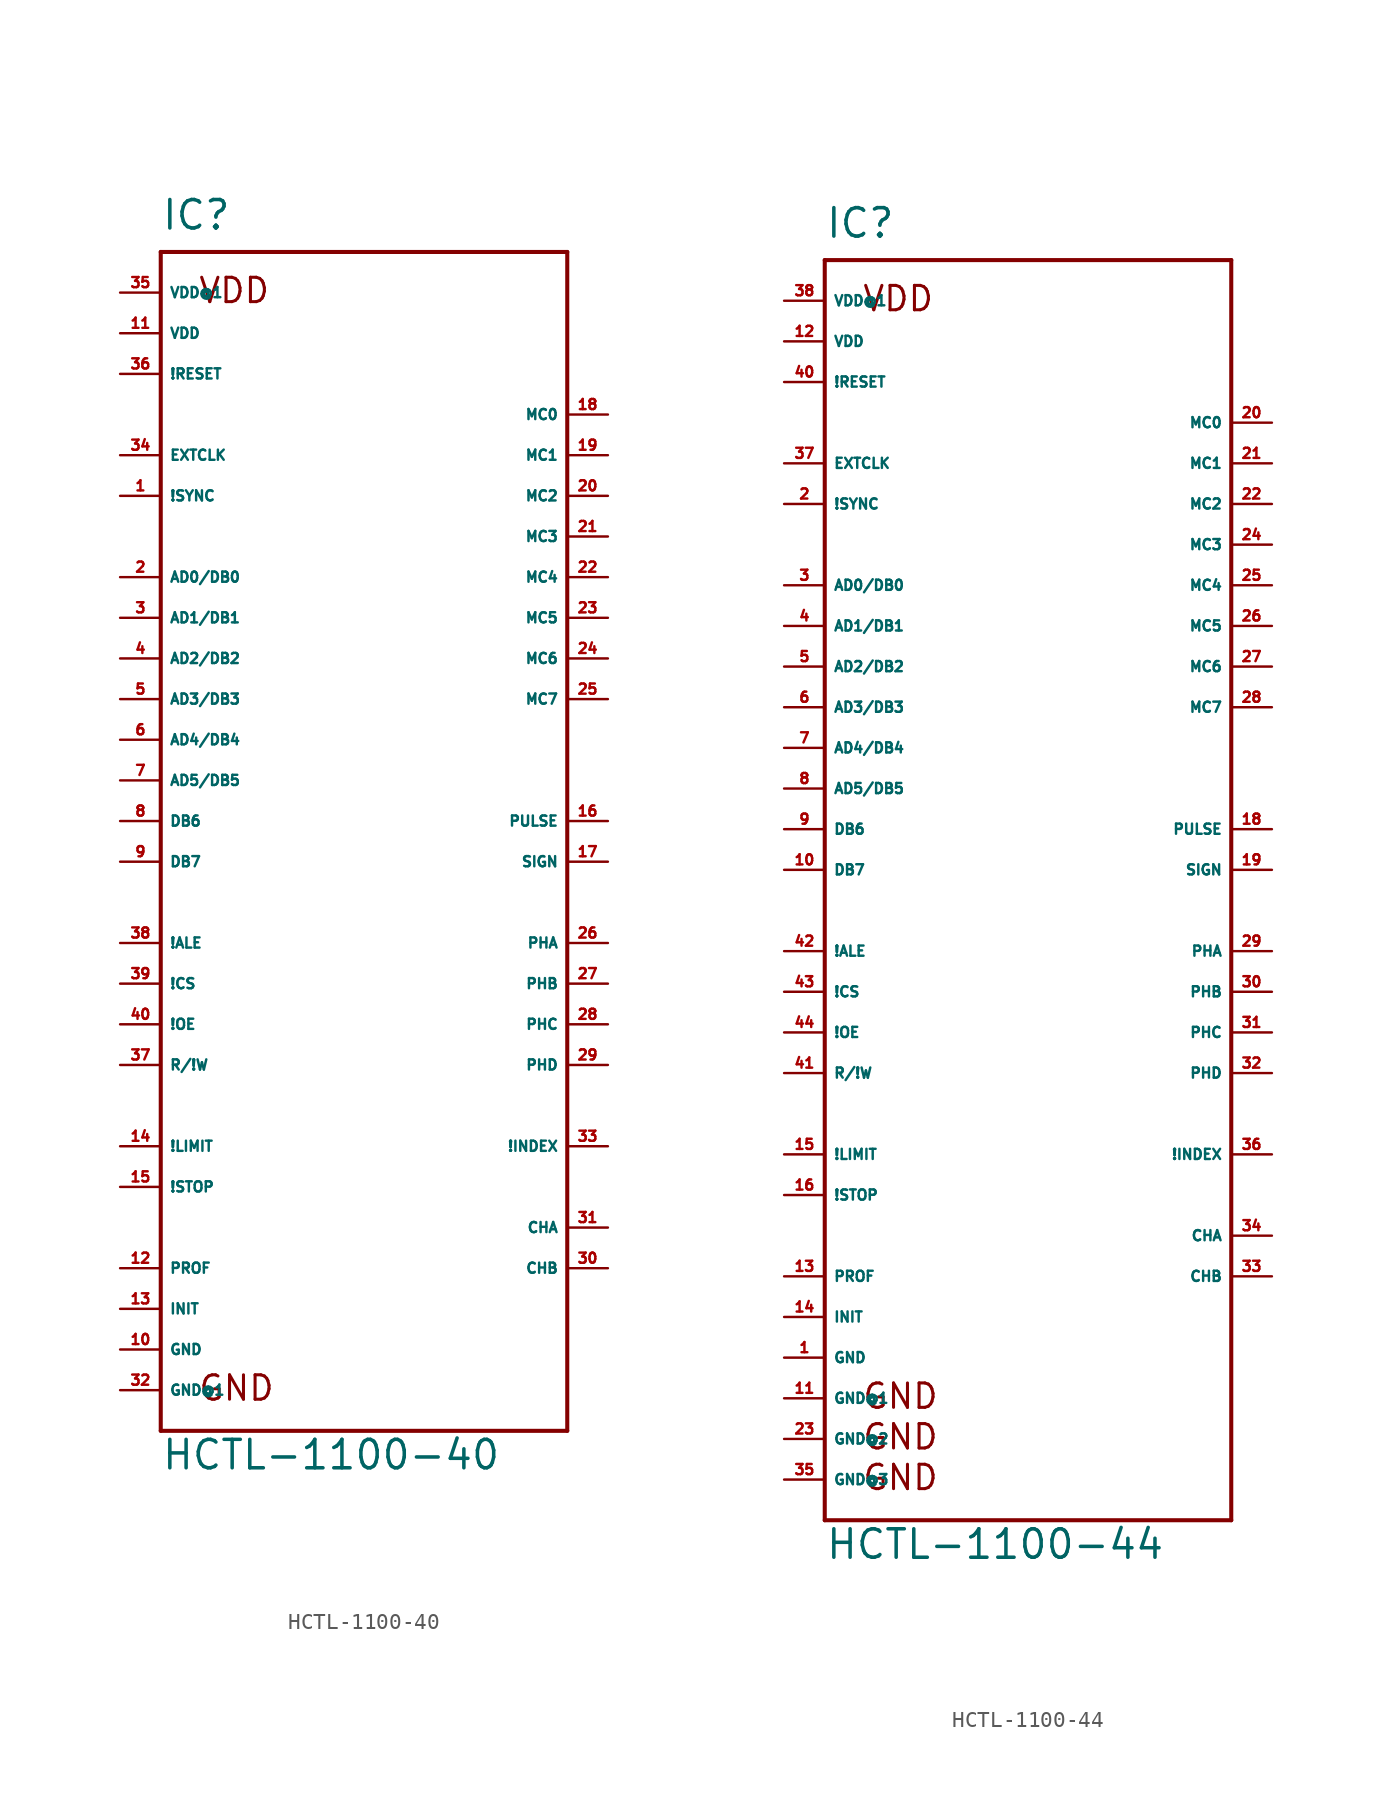
<source format=kicad_sym>
(kicad_symbol_lib
  (version 20220914)
  (generator Eagle2Kicad)
  (symbol "HCTL-1100-40"
    (property "Reference" "IC"
      (at -12.7 36.83 0)
      (effects (font (size 1.778 1.778) (thickness 0.22)) (justify left bottom)))
    (property "Value" "HCTL-1100-40"
      (at -12.7 -40.64 0)
      (effects (font (size 1.778 1.778) (thickness 0.22)) (justify left bottom)))
    (polyline
      (pts (xy -12.7 35.56) (xy 12.7 35.56))
      (stroke (width 0.254) (type default))
      (fill (type none)))
    (polyline
      (pts (xy 12.7 35.56) (xy 12.7 -38.1))
      (stroke (width 0.254) (type default))
      (fill (type none)))
    (polyline
      (pts (xy 12.7 -38.1) (xy -12.7 -38.1))
      (stroke (width 0.254) (type default))
      (fill (type none)))
    (polyline
      (pts (xy -12.7 -38.1) (xy -12.7 35.56))
      (stroke (width 0.254) (type default))
      (fill (type none)))
    (text "GND"
      (at -10.414 -36.322 0)
      (effects (font (size 1.524 1.524) (thickness 0.19)) (justify left bottom)))
    (text "VDD"
      (at -10.414 32.258 0)
      (effects (font (size 1.524 1.524) (thickness 0.19)) (justify left bottom)))
    (pin input line
      (at -15.24 -20.32 0)
      (length 2.54)
      (name "!LIMIT" (effects (font (size 0.635 0.635) (thickness 0.08)) (justify left bottom)))
      (number "14" (effects (font (size 0.635 0.635) (thickness 0.08)) (justify left bottom))))
    (pin input line
      (at -15.24 -22.86 0)
      (length 2.54)
      (name "!STOP" (effects (font (size 0.635 0.635) (thickness 0.08)) (justify left bottom)))
      (number "15" (effects (font (size 0.635 0.635) (thickness 0.08)) (justify left bottom))))
    (pin input line
      (at -15.24 27.94 0)
      (length 2.54)
      (name "!RESET" (effects (font (size 0.635 0.635) (thickness 0.08)) (justify left bottom)))
      (number "36" (effects (font (size 0.635 0.635) (thickness 0.08)) (justify left bottom))))
    (pin input line
      (at -15.24 20.32 0)
      (length 2.54)
      (name "!SYNC" (effects (font (size 0.635 0.635) (thickness 0.08)) (justify left bottom)))
      (number "1" (effects (font (size 0.635 0.635) (thickness 0.08)) (justify left bottom))))
    (pin input line
      (at -15.24 22.86 0)
      (length 2.54)
      (name "EXTCLK" (effects (font (size 0.635 0.635) (thickness 0.08)) (justify left bottom)))
      (number "34" (effects (font (size 0.635 0.635) (thickness 0.08)) (justify left bottom))))
    (pin bidirectional line
      (at -15.24 15.24 0)
      (length 2.54)
      (name "AD0/DB0" (effects (font (size 0.635 0.635) (thickness 0.08)) (justify left bottom)))
      (number "2" (effects (font (size 0.635 0.635) (thickness 0.08)) (justify left bottom))))
    (pin bidirectional line
      (at -15.24 12.7 0)
      (length 2.54)
      (name "AD1/DB1" (effects (font (size 0.635 0.635) (thickness 0.08)) (justify left bottom)))
      (number "3" (effects (font (size 0.635 0.635) (thickness 0.08)) (justify left bottom))))
    (pin bidirectional line
      (at -15.24 10.16 0)
      (length 2.54)
      (name "AD2/DB2" (effects (font (size 0.635 0.635) (thickness 0.08)) (justify left bottom)))
      (number "4" (effects (font (size 0.635 0.635) (thickness 0.08)) (justify left bottom))))
    (pin bidirectional line
      (at -15.24 7.62 0)
      (length 2.54)
      (name "AD3/DB3" (effects (font (size 0.635 0.635) (thickness 0.08)) (justify left bottom)))
      (number "5" (effects (font (size 0.635 0.635) (thickness 0.08)) (justify left bottom))))
    (pin bidirectional line
      (at -15.24 5.08 0)
      (length 2.54)
      (name "AD4/DB4" (effects (font (size 0.635 0.635) (thickness 0.08)) (justify left bottom)))
      (number "6" (effects (font (size 0.635 0.635) (thickness 0.08)) (justify left bottom))))
    (pin bidirectional line
      (at -15.24 2.54 0)
      (length 2.54)
      (name "AD5/DB5" (effects (font (size 0.635 0.635) (thickness 0.08)) (justify left bottom)))
      (number "7" (effects (font (size 0.635 0.635) (thickness 0.08)) (justify left bottom))))
    (pin bidirectional line
      (at -15.24 0 0)
      (length 2.54)
      (name "DB6" (effects (font (size 0.635 0.635) (thickness 0.08)) (justify left bottom)))
      (number "8" (effects (font (size 0.635 0.635) (thickness 0.08)) (justify left bottom))))
    (pin bidirectional line
      (at -15.24 -2.54 0)
      (length 2.54)
      (name "DB7" (effects (font (size 0.635 0.635) (thickness 0.08)) (justify left bottom)))
      (number "9" (effects (font (size 0.635 0.635) (thickness 0.08)) (justify left bottom))))
    (pin input line
      (at -15.24 -7.62 0)
      (length 2.54)
      (name "!ALE" (effects (font (size 0.635 0.635) (thickness 0.08)) (justify left bottom)))
      (number "38" (effects (font (size 0.635 0.635) (thickness 0.08)) (justify left bottom))))
    (pin input line
      (at -15.24 -10.16 0)
      (length 2.54)
      (name "!CS" (effects (font (size 0.635 0.635) (thickness 0.08)) (justify left bottom)))
      (number "39" (effects (font (size 0.635 0.635) (thickness 0.08)) (justify left bottom))))
    (pin input line
      (at -15.24 -12.7 0)
      (length 2.54)
      (name "!OE" (effects (font (size 0.635 0.635) (thickness 0.08)) (justify left bottom)))
      (number "40" (effects (font (size 0.635 0.635) (thickness 0.08)) (justify left bottom))))
    (pin input line
      (at -15.24 -15.24 0)
      (length 2.54)
      (name "R/!W" (effects (font (size 0.635 0.635) (thickness 0.08)) (justify left bottom)))
      (number "37" (effects (font (size 0.635 0.635) (thickness 0.08)) (justify left bottom))))
    (pin output line
      (at -15.24 -27.94 0)
      (length 2.54)
      (name "PROF" (effects (font (size 0.635 0.635) (thickness 0.08)) (justify left bottom)))
      (number "12" (effects (font (size 0.635 0.635) (thickness 0.08)) (justify left bottom))))
    (pin output line
      (at -15.24 -30.48 0)
      (length 2.54)
      (name "INIT" (effects (font (size 0.635 0.635) (thickness 0.08)) (justify left bottom)))
      (number "13" (effects (font (size 0.635 0.635) (thickness 0.08)) (justify left bottom))))
    (pin output line
      (at 15.24 25.4 180)
      (length 2.54)
      (name "MC0" (effects (font (size 0.635 0.635) (thickness 0.08)) (justify left bottom)))
      (number "18" (effects (font (size 0.635 0.635) (thickness 0.08)) (justify left bottom))))
    (pin output line
      (at 15.24 22.86 180)
      (length 2.54)
      (name "MC1" (effects (font (size 0.635 0.635) (thickness 0.08)) (justify left bottom)))
      (number "19" (effects (font (size 0.635 0.635) (thickness 0.08)) (justify left bottom))))
    (pin output line
      (at 15.24 20.32 180)
      (length 2.54)
      (name "MC2" (effects (font (size 0.635 0.635) (thickness 0.08)) (justify left bottom)))
      (number "20" (effects (font (size 0.635 0.635) (thickness 0.08)) (justify left bottom))))
    (pin output line
      (at 15.24 17.78 180)
      (length 2.54)
      (name "MC3" (effects (font (size 0.635 0.635) (thickness 0.08)) (justify left bottom)))
      (number "21" (effects (font (size 0.635 0.635) (thickness 0.08)) (justify left bottom))))
    (pin output line
      (at 15.24 15.24 180)
      (length 2.54)
      (name "MC4" (effects (font (size 0.635 0.635) (thickness 0.08)) (justify left bottom)))
      (number "22" (effects (font (size 0.635 0.635) (thickness 0.08)) (justify left bottom))))
    (pin output line
      (at 15.24 12.7 180)
      (length 2.54)
      (name "MC5" (effects (font (size 0.635 0.635) (thickness 0.08)) (justify left bottom)))
      (number "23" (effects (font (size 0.635 0.635) (thickness 0.08)) (justify left bottom))))
    (pin output line
      (at 15.24 10.16 180)
      (length 2.54)
      (name "MC6" (effects (font (size 0.635 0.635) (thickness 0.08)) (justify left bottom)))
      (number "24" (effects (font (size 0.635 0.635) (thickness 0.08)) (justify left bottom))))
    (pin output line
      (at 15.24 7.62 180)
      (length 2.54)
      (name "MC7" (effects (font (size 0.635 0.635) (thickness 0.08)) (justify left bottom)))
      (number "25" (effects (font (size 0.635 0.635) (thickness 0.08)) (justify left bottom))))
    (pin unspecified line
      (at -15.24 33.02 0)
      (length 2.54)
      (name "VDD@1" (effects (font (size 0.635 0.635) (thickness 0.08)) (justify left bottom)))
      (number "35" (effects (font (size 0.635 0.635) (thickness 0.08)) (justify left bottom))))
    (pin output line
      (at 15.24 0 180)
      (length 2.54)
      (name "PULSE" (effects (font (size 0.635 0.635) (thickness 0.08)) (justify left bottom)))
      (number "16" (effects (font (size 0.635 0.635) (thickness 0.08)) (justify left bottom))))
    (pin output line
      (at 15.24 -2.54 180)
      (length 2.54)
      (name "SIGN" (effects (font (size 0.635 0.635) (thickness 0.08)) (justify left bottom)))
      (number "17" (effects (font (size 0.635 0.635) (thickness 0.08)) (justify left bottom))))
    (pin output line
      (at 15.24 -7.62 180)
      (length 2.54)
      (name "PHA" (effects (font (size 0.635 0.635) (thickness 0.08)) (justify left bottom)))
      (number "26" (effects (font (size 0.635 0.635) (thickness 0.08)) (justify left bottom))))
    (pin output line
      (at 15.24 -10.16 180)
      (length 2.54)
      (name "PHB" (effects (font (size 0.635 0.635) (thickness 0.08)) (justify left bottom)))
      (number "27" (effects (font (size 0.635 0.635) (thickness 0.08)) (justify left bottom))))
    (pin output line
      (at 15.24 -12.7 180)
      (length 2.54)
      (name "PHC" (effects (font (size 0.635 0.635) (thickness 0.08)) (justify left bottom)))
      (number "28" (effects (font (size 0.635 0.635) (thickness 0.08)) (justify left bottom))))
    (pin output line
      (at 15.24 -15.24 180)
      (length 2.54)
      (name "PHD" (effects (font (size 0.635 0.635) (thickness 0.08)) (justify left bottom)))
      (number "29" (effects (font (size 0.635 0.635) (thickness 0.08)) (justify left bottom))))
    (pin input line
      (at 15.24 -20.32 180)
      (length 2.54)
      (name "!INDEX" (effects (font (size 0.635 0.635) (thickness 0.08)) (justify left bottom)))
      (number "33" (effects (font (size 0.635 0.635) (thickness 0.08)) (justify left bottom))))
    (pin input line
      (at 15.24 -25.4 180)
      (length 2.54)
      (name "CHA" (effects (font (size 0.635 0.635) (thickness 0.08)) (justify left bottom)))
      (number "31" (effects (font (size 0.635 0.635) (thickness 0.08)) (justify left bottom))))
    (pin input line
      (at 15.24 -27.94 180)
      (length 2.54)
      (name "CHB" (effects (font (size 0.635 0.635) (thickness 0.08)) (justify left bottom)))
      (number "30" (effects (font (size 0.635 0.635) (thickness 0.08)) (justify left bottom))))
    (pin unspecified line
      (at -15.24 30.48 0)
      (length 2.54)
      (name "VDD" (effects (font (size 0.635 0.635) (thickness 0.08)) (justify left bottom)))
      (number "11" (effects (font (size 0.635 0.635) (thickness 0.08)) (justify left bottom))))
    (pin unspecified line
      (at -15.24 -33.02 0)
      (length 2.54)
      (name "GND" (effects (font (size 0.635 0.635) (thickness 0.08)) (justify left bottom)))
      (number "10" (effects (font (size 0.635 0.635) (thickness 0.08)) (justify left bottom))))
    (pin unspecified line
      (at -15.24 -35.56 0)
      (length 2.54)
      (name "GND@1" (effects (font (size 0.635 0.635) (thickness 0.08)) (justify left bottom)))
      (number "32" (effects (font (size 0.635 0.635) (thickness 0.08)) (justify left bottom)))))
  (symbol "HCTL-1100-44"
    (property "Reference" "IC"
      (at -12.7 36.83 0)
      (effects (font (size 1.778 1.778) (thickness 0.22)) (justify left bottom)))
    (property "Value" "HCTL-1100-44"
      (at -12.7 -45.72 0)
      (effects (font (size 1.778 1.778) (thickness 0.22)) (justify left bottom)))
    (polyline
      (pts (xy -12.7 35.56) (xy 12.7 35.56))
      (stroke (width 0.254) (type default))
      (fill (type none)))
    (polyline
      (pts (xy 12.7 35.56) (xy 12.7 -43.18))
      (stroke (width 0.254) (type default))
      (fill (type none)))
    (polyline
      (pts (xy 12.7 -43.18) (xy -12.7 -43.18))
      (stroke (width 0.254) (type default))
      (fill (type none)))
    (polyline
      (pts (xy -12.7 -43.18) (xy -12.7 35.56))
      (stroke (width 0.254) (type default))
      (fill (type none)))
    (text "GND"
      (at -10.414 -36.322 0)
      (effects (font (size 1.524 1.524) (thickness 0.19)) (justify left bottom)))
    (text "VDD"
      (at -10.414 32.258 0)
      (effects (font (size 1.524 1.524) (thickness 0.19)) (justify left bottom)))
    (text "GND"
      (at -10.414 -38.862 0)
      (effects (font (size 1.524 1.524) (thickness 0.19)) (justify left bottom)))
    (text "GND"
      (at -10.414 -41.402 0)
      (effects (font (size 1.524 1.524) (thickness 0.19)) (justify left bottom)))
    (pin input line
      (at -15.24 -20.32 0)
      (length 2.54)
      (name "!LIMIT" (effects (font (size 0.635 0.635) (thickness 0.08)) (justify left bottom)))
      (number "15" (effects (font (size 0.635 0.635) (thickness 0.08)) (justify left bottom))))
    (pin input line
      (at -15.24 -22.86 0)
      (length 2.54)
      (name "!STOP" (effects (font (size 0.635 0.635) (thickness 0.08)) (justify left bottom)))
      (number "16" (effects (font (size 0.635 0.635) (thickness 0.08)) (justify left bottom))))
    (pin input line
      (at -15.24 27.94 0)
      (length 2.54)
      (name "!RESET" (effects (font (size 0.635 0.635) (thickness 0.08)) (justify left bottom)))
      (number "40" (effects (font (size 0.635 0.635) (thickness 0.08)) (justify left bottom))))
    (pin input line
      (at -15.24 20.32 0)
      (length 2.54)
      (name "!SYNC" (effects (font (size 0.635 0.635) (thickness 0.08)) (justify left bottom)))
      (number "2" (effects (font (size 0.635 0.635) (thickness 0.08)) (justify left bottom))))
    (pin input line
      (at -15.24 22.86 0)
      (length 2.54)
      (name "EXTCLK" (effects (font (size 0.635 0.635) (thickness 0.08)) (justify left bottom)))
      (number "37" (effects (font (size 0.635 0.635) (thickness 0.08)) (justify left bottom))))
    (pin bidirectional line
      (at -15.24 15.24 0)
      (length 2.54)
      (name "AD0/DB0" (effects (font (size 0.635 0.635) (thickness 0.08)) (justify left bottom)))
      (number "3" (effects (font (size 0.635 0.635) (thickness 0.08)) (justify left bottom))))
    (pin bidirectional line
      (at -15.24 12.7 0)
      (length 2.54)
      (name "AD1/DB1" (effects (font (size 0.635 0.635) (thickness 0.08)) (justify left bottom)))
      (number "4" (effects (font (size 0.635 0.635) (thickness 0.08)) (justify left bottom))))
    (pin bidirectional line
      (at -15.24 10.16 0)
      (length 2.54)
      (name "AD2/DB2" (effects (font (size 0.635 0.635) (thickness 0.08)) (justify left bottom)))
      (number "5" (effects (font (size 0.635 0.635) (thickness 0.08)) (justify left bottom))))
    (pin bidirectional line
      (at -15.24 7.62 0)
      (length 2.54)
      (name "AD3/DB3" (effects (font (size 0.635 0.635) (thickness 0.08)) (justify left bottom)))
      (number "6" (effects (font (size 0.635 0.635) (thickness 0.08)) (justify left bottom))))
    (pin bidirectional line
      (at -15.24 5.08 0)
      (length 2.54)
      (name "AD4/DB4" (effects (font (size 0.635 0.635) (thickness 0.08)) (justify left bottom)))
      (number "7" (effects (font (size 0.635 0.635) (thickness 0.08)) (justify left bottom))))
    (pin bidirectional line
      (at -15.24 2.54 0)
      (length 2.54)
      (name "AD5/DB5" (effects (font (size 0.635 0.635) (thickness 0.08)) (justify left bottom)))
      (number "8" (effects (font (size 0.635 0.635) (thickness 0.08)) (justify left bottom))))
    (pin bidirectional line
      (at -15.24 0 0)
      (length 2.54)
      (name "DB6" (effects (font (size 0.635 0.635) (thickness 0.08)) (justify left bottom)))
      (number "9" (effects (font (size 0.635 0.635) (thickness 0.08)) (justify left bottom))))
    (pin bidirectional line
      (at -15.24 -2.54 0)
      (length 2.54)
      (name "DB7" (effects (font (size 0.635 0.635) (thickness 0.08)) (justify left bottom)))
      (number "10" (effects (font (size 0.635 0.635) (thickness 0.08)) (justify left bottom))))
    (pin input line
      (at -15.24 -7.62 0)
      (length 2.54)
      (name "!ALE" (effects (font (size 0.635 0.635) (thickness 0.08)) (justify left bottom)))
      (number "42" (effects (font (size 0.635 0.635) (thickness 0.08)) (justify left bottom))))
    (pin input line
      (at -15.24 -10.16 0)
      (length 2.54)
      (name "!CS" (effects (font (size 0.635 0.635) (thickness 0.08)) (justify left bottom)))
      (number "43" (effects (font (size 0.635 0.635) (thickness 0.08)) (justify left bottom))))
    (pin input line
      (at -15.24 -12.7 0)
      (length 2.54)
      (name "!OE" (effects (font (size 0.635 0.635) (thickness 0.08)) (justify left bottom)))
      (number "44" (effects (font (size 0.635 0.635) (thickness 0.08)) (justify left bottom))))
    (pin input line
      (at -15.24 -15.24 0)
      (length 2.54)
      (name "R/!W" (effects (font (size 0.635 0.635) (thickness 0.08)) (justify left bottom)))
      (number "41" (effects (font (size 0.635 0.635) (thickness 0.08)) (justify left bottom))))
    (pin output line
      (at -15.24 -27.94 0)
      (length 2.54)
      (name "PROF" (effects (font (size 0.635 0.635) (thickness 0.08)) (justify left bottom)))
      (number "13" (effects (font (size 0.635 0.635) (thickness 0.08)) (justify left bottom))))
    (pin output line
      (at -15.24 -30.48 0)
      (length 2.54)
      (name "INIT" (effects (font (size 0.635 0.635) (thickness 0.08)) (justify left bottom)))
      (number "14" (effects (font (size 0.635 0.635) (thickness 0.08)) (justify left bottom))))
    (pin output line
      (at 15.24 25.4 180)
      (length 2.54)
      (name "MC0" (effects (font (size 0.635 0.635) (thickness 0.08)) (justify left bottom)))
      (number "20" (effects (font (size 0.635 0.635) (thickness 0.08)) (justify left bottom))))
    (pin output line
      (at 15.24 22.86 180)
      (length 2.54)
      (name "MC1" (effects (font (size 0.635 0.635) (thickness 0.08)) (justify left bottom)))
      (number "21" (effects (font (size 0.635 0.635) (thickness 0.08)) (justify left bottom))))
    (pin output line
      (at 15.24 20.32 180)
      (length 2.54)
      (name "MC2" (effects (font (size 0.635 0.635) (thickness 0.08)) (justify left bottom)))
      (number "22" (effects (font (size 0.635 0.635) (thickness 0.08)) (justify left bottom))))
    (pin output line
      (at 15.24 17.78 180)
      (length 2.54)
      (name "MC3" (effects (font (size 0.635 0.635) (thickness 0.08)) (justify left bottom)))
      (number "24" (effects (font (size 0.635 0.635) (thickness 0.08)) (justify left bottom))))
    (pin output line
      (at 15.24 15.24 180)
      (length 2.54)
      (name "MC4" (effects (font (size 0.635 0.635) (thickness 0.08)) (justify left bottom)))
      (number "25" (effects (font (size 0.635 0.635) (thickness 0.08)) (justify left bottom))))
    (pin output line
      (at 15.24 12.7 180)
      (length 2.54)
      (name "MC5" (effects (font (size 0.635 0.635) (thickness 0.08)) (justify left bottom)))
      (number "26" (effects (font (size 0.635 0.635) (thickness 0.08)) (justify left bottom))))
    (pin output line
      (at 15.24 10.16 180)
      (length 2.54)
      (name "MC6" (effects (font (size 0.635 0.635) (thickness 0.08)) (justify left bottom)))
      (number "27" (effects (font (size 0.635 0.635) (thickness 0.08)) (justify left bottom))))
    (pin output line
      (at 15.24 7.62 180)
      (length 2.54)
      (name "MC7" (effects (font (size 0.635 0.635) (thickness 0.08)) (justify left bottom)))
      (number "28" (effects (font (size 0.635 0.635) (thickness 0.08)) (justify left bottom))))
    (pin unspecified line
      (at -15.24 33.02 0)
      (length 2.54)
      (name "VDD@1" (effects (font (size 0.635 0.635) (thickness 0.08)) (justify left bottom)))
      (number "38" (effects (font (size 0.635 0.635) (thickness 0.08)) (justify left bottom))))
    (pin output line
      (at 15.24 0 180)
      (length 2.54)
      (name "PULSE" (effects (font (size 0.635 0.635) (thickness 0.08)) (justify left bottom)))
      (number "18" (effects (font (size 0.635 0.635) (thickness 0.08)) (justify left bottom))))
    (pin output line
      (at 15.24 -2.54 180)
      (length 2.54)
      (name "SIGN" (effects (font (size 0.635 0.635) (thickness 0.08)) (justify left bottom)))
      (number "19" (effects (font (size 0.635 0.635) (thickness 0.08)) (justify left bottom))))
    (pin output line
      (at 15.24 -7.62 180)
      (length 2.54)
      (name "PHA" (effects (font (size 0.635 0.635) (thickness 0.08)) (justify left bottom)))
      (number "29" (effects (font (size 0.635 0.635) (thickness 0.08)) (justify left bottom))))
    (pin output line
      (at 15.24 -10.16 180)
      (length 2.54)
      (name "PHB" (effects (font (size 0.635 0.635) (thickness 0.08)) (justify left bottom)))
      (number "30" (effects (font (size 0.635 0.635) (thickness 0.08)) (justify left bottom))))
    (pin output line
      (at 15.24 -12.7 180)
      (length 2.54)
      (name "PHC" (effects (font (size 0.635 0.635) (thickness 0.08)) (justify left bottom)))
      (number "31" (effects (font (size 0.635 0.635) (thickness 0.08)) (justify left bottom))))
    (pin output line
      (at 15.24 -15.24 180)
      (length 2.54)
      (name "PHD" (effects (font (size 0.635 0.635) (thickness 0.08)) (justify left bottom)))
      (number "32" (effects (font (size 0.635 0.635) (thickness 0.08)) (justify left bottom))))
    (pin input line
      (at 15.24 -20.32 180)
      (length 2.54)
      (name "!INDEX" (effects (font (size 0.635 0.635) (thickness 0.08)) (justify left bottom)))
      (number "36" (effects (font (size 0.635 0.635) (thickness 0.08)) (justify left bottom))))
    (pin input line
      (at 15.24 -25.4 180)
      (length 2.54)
      (name "CHA" (effects (font (size 0.635 0.635) (thickness 0.08)) (justify left bottom)))
      (number "34" (effects (font (size 0.635 0.635) (thickness 0.08)) (justify left bottom))))
    (pin input line
      (at 15.24 -27.94 180)
      (length 2.54)
      (name "CHB" (effects (font (size 0.635 0.635) (thickness 0.08)) (justify left bottom)))
      (number "33" (effects (font (size 0.635 0.635) (thickness 0.08)) (justify left bottom))))
    (pin unspecified line
      (at -15.24 30.48 0)
      (length 2.54)
      (name "VDD" (effects (font (size 0.635 0.635) (thickness 0.08)) (justify left bottom)))
      (number "12" (effects (font (size 0.635 0.635) (thickness 0.08)) (justify left bottom))))
    (pin unspecified line
      (at -15.24 -33.02 0)
      (length 2.54)
      (name "GND" (effects (font (size 0.635 0.635) (thickness 0.08)) (justify left bottom)))
      (number "1" (effects (font (size 0.635 0.635) (thickness 0.08)) (justify left bottom))))
    (pin unspecified line
      (at -15.24 -35.56 0)
      (length 2.54)
      (name "GND@1" (effects (font (size 0.635 0.635) (thickness 0.08)) (justify left bottom)))
      (number "11" (effects (font (size 0.635 0.635) (thickness 0.08)) (justify left bottom))))
    (pin unspecified line
      (at -15.24 -38.1 0)
      (length 2.54)
      (name "GND@2" (effects (font (size 0.635 0.635) (thickness 0.08)) (justify left bottom)))
      (number "23" (effects (font (size 0.635 0.635) (thickness 0.08)) (justify left bottom))))
    (pin unspecified line
      (at -15.24 -40.64 0)
      (length 2.54)
      (name "GND@3" (effects (font (size 0.635 0.635) (thickness 0.08)) (justify left bottom)))
      (number "35" (effects (font (size 0.635 0.635) (thickness 0.08)) (justify left bottom))))))
</source>
